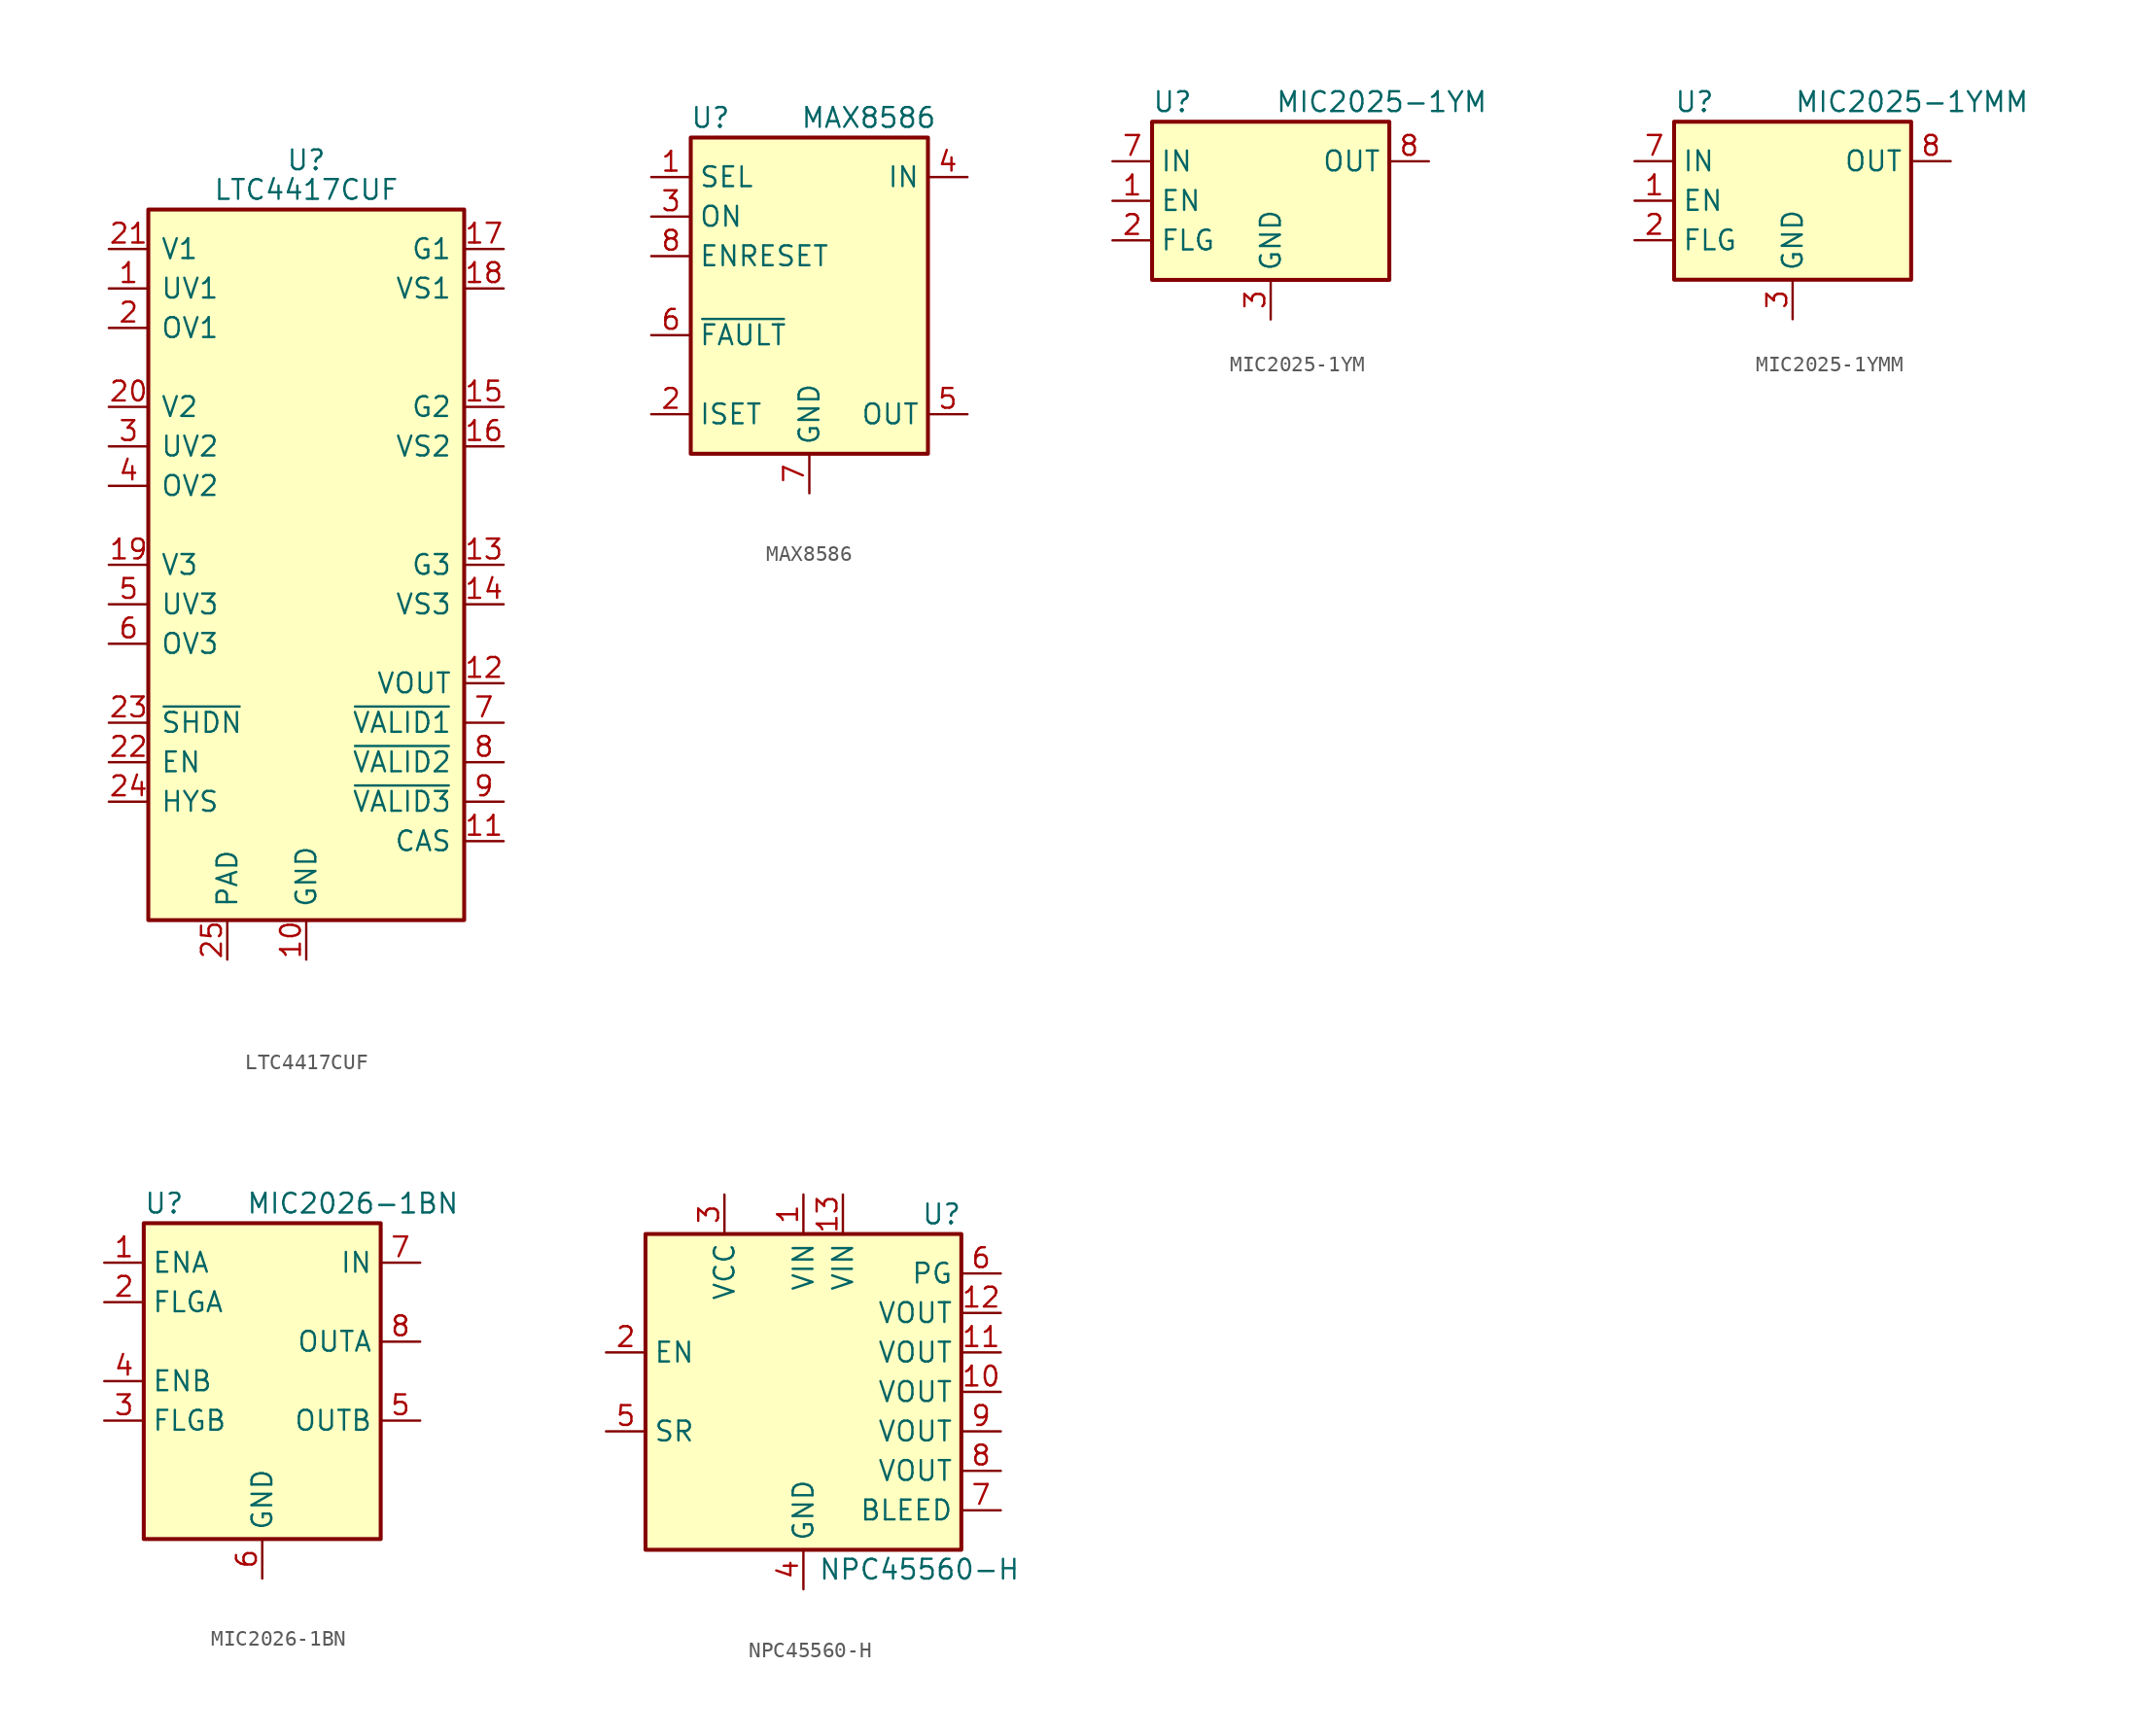
<source format=kicad_sym>
(kicad_symbol_lib
  (version 20201005)
  (generator kicad_symbol_editor)
  (symbol "Power_Management:LTC4417CUF"
    (pin_names
      (offset 0.762))
    (property "Reference" "U"
      (at 0 26.035 0)
      (effects (font (size 1.27 1.27))))
    (property "Value" "LTC4417CUF"
      (at 0 24.13 0)
      (effects (font (size 1.27 1.27))))
    (symbol "LTC4417CUF_0_1"
      (rectangle (start -10.16 22.86) (end 10.16 -22.86) (stroke (width 0.254)) (fill (type background))))
    (symbol "LTC4417CUF_1_1"
      (pin input line (at -12.7 17.78 0) (length 2.54) (name "UV1" (effects (font (size 1.27 1.27)))) (number "1" (effects (font (size 1.27 1.27)))))
      (pin power_in line (at 0 -25.4 90) (length 2.54) (name "GND" (effects (font (size 1.27 1.27)))) (number "10" (effects (font (size 1.27 1.27)))))
      (pin output line (at 12.7 -17.78 180) (length 2.54) (name "CAS" (effects (font (size 1.27 1.27)))) (number "11" (effects (font (size 1.27 1.27)))))
      (pin output line (at 12.7 -7.62 180) (length 2.54) (name "VOUT" (effects (font (size 1.27 1.27)))) (number "12" (effects (font (size 1.27 1.27)))))
      (pin output line (at 12.7 0 180) (length 2.54) (name "G3" (effects (font (size 1.27 1.27)))) (number "13" (effects (font (size 1.27 1.27)))))
      (pin output line (at 12.7 -2.54 180) (length 2.54) (name "VS3" (effects (font (size 1.27 1.27)))) (number "14" (effects (font (size 1.27 1.27)))))
      (pin output line (at 12.7 10.16 180) (length 2.54) (name "G2" (effects (font (size 1.27 1.27)))) (number "15" (effects (font (size 1.27 1.27)))))
      (pin output line (at 12.7 7.62 180) (length 2.54) (name "VS2" (effects (font (size 1.27 1.27)))) (number "16" (effects (font (size 1.27 1.27)))))
      (pin output line (at 12.7 20.32 180) (length 2.54) (name "G1" (effects (font (size 1.27 1.27)))) (number "17" (effects (font (size 1.27 1.27)))))
      (pin output line (at 12.7 17.78 180) (length 2.54) (name "VS1" (effects (font (size 1.27 1.27)))) (number "18" (effects (font (size 1.27 1.27)))))
      (pin input line (at -12.7 0 0) (length 2.54) (name "V3" (effects (font (size 1.27 1.27)))) (number "19" (effects (font (size 1.27 1.27)))))
      (pin input line (at -12.7 15.24 0) (length 2.54) (name "OV1" (effects (font (size 1.27 1.27)))) (number "2" (effects (font (size 1.27 1.27)))))
      (pin input line (at -12.7 10.16 0) (length 2.54) (name "V2" (effects (font (size 1.27 1.27)))) (number "20" (effects (font (size 1.27 1.27)))))
      (pin input line (at -12.7 20.32 0) (length 2.54) (name "V1" (effects (font (size 1.27 1.27)))) (number "21" (effects (font (size 1.27 1.27)))))
      (pin input line (at -12.7 -12.7 0) (length 2.54) (name "EN" (effects (font (size 1.27 1.27)))) (number "22" (effects (font (size 1.27 1.27)))))
      (pin input line (at -12.7 -10.16 0) (length 2.54) (name "~SHDN" (effects (font (size 1.27 1.27)))) (number "23" (effects (font (size 1.27 1.27)))))
      (pin input line (at -12.7 -15.24 0) (length 2.54) (name "HYS" (effects (font (size 1.27 1.27)))) (number "24" (effects (font (size 1.27 1.27)))))
      (pin power_in line (at -5.08 -25.4 90) (length 2.54) (name "PAD" (effects (font (size 1.27 1.27)))) (number "25" (effects (font (size 1.27 1.27)))))
      (pin input line (at -12.7 7.62 0) (length 2.54) (name "UV2" (effects (font (size 1.27 1.27)))) (number "3" (effects (font (size 1.27 1.27)))))
      (pin input line (at -12.7 5.08 0) (length 2.54) (name "OV2" (effects (font (size 1.27 1.27)))) (number "4" (effects (font (size 1.27 1.27)))))
      (pin input line (at -12.7 -2.54 0) (length 2.54) (name "UV3" (effects (font (size 1.27 1.27)))) (number "5" (effects (font (size 1.27 1.27)))))
      (pin input line (at -12.7 -5.08 0) (length 2.54) (name "OV3" (effects (font (size 1.27 1.27)))) (number "6" (effects (font (size 1.27 1.27)))))
      (pin open_collector line (at 12.7 -10.16 180) (length 2.54) (name "~VALID1" (effects (font (size 1.27 1.27)))) (number "7" (effects (font (size 1.27 1.27)))))
      (pin open_collector line (at 12.7 -12.7 180) (length 2.54) (name "~VALID2" (effects (font (size 1.27 1.27)))) (number "8" (effects (font (size 1.27 1.27)))))
      (pin open_collector line (at 12.7 -15.24 180) (length 2.54) (name "~VALID3" (effects (font (size 1.27 1.27)))) (number "9" (effects (font (size 1.27 1.27)))))))
  (symbol "Power_Management:MAX8586"
    (property "Reference" "U"
      (at -6.35 11.43 0)
      (effects (font (size 1.27 1.27))))
    (property "Value" "MAX8586"
      (at 3.81 11.43 0)
      (effects (font (size 1.27 1.27))))
    (symbol "MAX8586_0_1"
      (rectangle (start -7.62 10.16) (end 7.62 -10.16) (stroke (width 0.254)) (fill (type background))))
    (symbol "MAX8586_1_1"
      (pin input line (at -10.16 7.62 0) (length 2.54) (name "SEL" (effects (font (size 1.27 1.27)))) (number "1" (effects (font (size 1.27 1.27)))))
      (pin input line (at -10.16 -7.62 0) (length 2.54) (name "ISET" (effects (font (size 1.27 1.27)))) (number "2" (effects (font (size 1.27 1.27)))))
      (pin input line (at -10.16 5.08 0) (length 2.54) (name "ON" (effects (font (size 1.27 1.27)))) (number "3" (effects (font (size 1.27 1.27)))))
      (pin power_in line (at 10.16 7.62 180) (length 2.54) (name "IN" (effects (font (size 1.27 1.27)))) (number "4" (effects (font (size 1.27 1.27)))))
      (pin power_out line (at 10.16 -7.62 180) (length 2.54) (name "OUT" (effects (font (size 1.27 1.27)))) (number "5" (effects (font (size 1.27 1.27)))))
      (pin open_collector line (at -10.16 -2.54 0) (length 2.54) (name "~FAULT" (effects (font (size 1.27 1.27)))) (number "6" (effects (font (size 1.27 1.27)))))
      (pin power_in line (at 0 -12.7 90) (length 2.54) (name "GND" (effects (font (size 1.27 1.27)))) (number "7" (effects (font (size 1.27 1.27)))))
      (pin input line (at -10.16 2.54 0) (length 2.54) (name "ENRESET" (effects (font (size 1.27 1.27)))) (number "8" (effects (font (size 1.27 1.27)))))
      (pin passive line (at 0 -12.7 90) (length 2.54) hide (name "GND" (effects (font (size 1.27 1.27)))) (number "9" (effects (font (size 1.27 1.27)))))))
  (symbol "Power_Management:MIC2025-1YM"
    (property "Reference" "U"
      (at -7.62 6.35 0)
      (effects (font (size 1.27 1.27)) (justify left)))
    (property "Value" "MIC2025-1YM"
      (at 13.97 6.35 0)
      (effects (font (size 1.27 1.27)) (justify right)))
    (symbol "MIC2025-1YM_0_1"
      (rectangle (start -7.62 5.08) (end 7.62 -5.08) (stroke (width 0.254)) (fill (type background))))
    (symbol "MIC2025-1YM_1_1"
      (pin input line (at -10.16 0 0) (length 2.54) (name "EN" (effects (font (size 1.27 1.27)))) (number "1" (effects (font (size 1.27 1.27)))))
      (pin open_collector line (at -10.16 -2.54 0) (length 2.54) (name "FLG" (effects (font (size 1.27 1.27)))) (number "2" (effects (font (size 1.27 1.27)))))
      (pin power_in line (at 0 -7.62 90) (length 2.54) (name "GND" (effects (font (size 1.27 1.27)))) (number "3" (effects (font (size 1.27 1.27)))))
      (pin no_connect line (at 7.62 0 180) (length 2.54) hide (name "NC" (effects (font (size 1.27 1.27)))) (number "4" (effects (font (size 1.27 1.27)))))
      (pin no_connect line (at 7.62 -2.54 180) (length 2.54) hide (name "NC" (effects (font (size 1.27 1.27)))) (number "5" (effects (font (size 1.27 1.27)))))
      (pin passive line (at 10.16 2.54 180) (length 2.54) hide (name "OUT" (effects (font (size 1.27 1.27)))) (number "6" (effects (font (size 1.27 1.27)))))
      (pin power_in line (at -10.16 2.54 0) (length 2.54) (name "IN" (effects (font (size 1.27 1.27)))) (number "7" (effects (font (size 1.27 1.27)))))
      (pin power_out line (at 10.16 2.54 180) (length 2.54) (name "OUT" (effects (font (size 1.27 1.27)))) (number "8" (effects (font (size 1.27 1.27)))))))
  (symbol "Power_Management:MIC2025-1YMM"
    (property "Reference" "U"
      (at -7.62 6.35 0)
      (effects (font (size 1.27 1.27)) (justify left)))
    (property "Value" "MIC2025-1YMM"
      (at 15.24 6.35 0)
      (effects (font (size 1.27 1.27)) (justify right)))
    (symbol "MIC2025-1YMM_0_1"
      (rectangle (start -7.62 5.08) (end 7.62 -5.08) (stroke (width 0.254)) (fill (type background))))
    (symbol "MIC2025-1YMM_1_1"
      (pin input line (at -10.16 0 0) (length 2.54) (name "EN" (effects (font (size 1.27 1.27)))) (number "1" (effects (font (size 1.27 1.27)))))
      (pin open_collector line (at -10.16 -2.54 0) (length 2.54) (name "FLG" (effects (font (size 1.27 1.27)))) (number "2" (effects (font (size 1.27 1.27)))))
      (pin power_in line (at 0 -7.62 90) (length 2.54) (name "GND" (effects (font (size 1.27 1.27)))) (number "3" (effects (font (size 1.27 1.27)))))
      (pin no_connect line (at 7.62 0 180) (length 2.54) hide (name "NC" (effects (font (size 1.27 1.27)))) (number "4" (effects (font (size 1.27 1.27)))))
      (pin no_connect line (at 7.62 -2.54 180) (length 2.54) hide (name "NC" (effects (font (size 1.27 1.27)))) (number "5" (effects (font (size 1.27 1.27)))))
      (pin passive line (at 10.16 2.54 180) (length 2.54) hide (name "OUT" (effects (font (size 1.27 1.27)))) (number "6" (effects (font (size 1.27 1.27)))))
      (pin power_in line (at -10.16 2.54 0) (length 2.54) (name "IN" (effects (font (size 1.27 1.27)))) (number "7" (effects (font (size 1.27 1.27)))))
      (pin power_out line (at 10.16 2.54 180) (length 2.54) (name "OUT" (effects (font (size 1.27 1.27)))) (number "8" (effects (font (size 1.27 1.27)))))))
  (symbol "Power_Management:MIC2026-1BN"
    (property "Reference" "U"
      (at -7.62 11.43 0)
      (effects (font (size 1.27 1.27)) (justify left)))
    (property "Value" "MIC2026-1BN"
      (at 12.7 11.43 0)
      (effects (font (size 1.27 1.27)) (justify right)))
    (symbol "MIC2026-1BN_0_1"
      (rectangle (start -7.62 -10.16) (end 7.62 10.16) (stroke (width 0.254)) (fill (type background))))
    (symbol "MIC2026-1BN_1_1"
      (pin input line (at -10.16 7.62 0) (length 2.54) (name "ENA" (effects (font (size 1.27 1.27)))) (number "1" (effects (font (size 1.27 1.27)))))
      (pin output line (at -10.16 5.08 0) (length 2.54) (name "FLGA" (effects (font (size 1.27 1.27)))) (number "2" (effects (font (size 1.27 1.27)))))
      (pin output line (at -10.16 -2.54 0) (length 2.54) (name "FLGB" (effects (font (size 1.27 1.27)))) (number "3" (effects (font (size 1.27 1.27)))))
      (pin input line (at -10.16 0 0) (length 2.54) (name "ENB" (effects (font (size 1.27 1.27)))) (number "4" (effects (font (size 1.27 1.27)))))
      (pin power_out line (at 10.16 -2.54 180) (length 2.54) (name "OUTB" (effects (font (size 1.27 1.27)))) (number "5" (effects (font (size 1.27 1.27)))))
      (pin power_in line (at 0 -12.7 90) (length 2.54) (name "GND" (effects (font (size 1.27 1.27)))) (number "6" (effects (font (size 1.27 1.27)))))
      (pin power_in line (at 10.16 7.62 180) (length 2.54) (name "IN" (effects (font (size 1.27 1.27)))) (number "7" (effects (font (size 1.27 1.27)))))
      (pin power_out line (at 10.16 2.54 180) (length 2.54) (name "OUTA" (effects (font (size 1.27 1.27)))) (number "8" (effects (font (size 1.27 1.27)))))))
  (symbol "Power_Management:NPC45560-H"
    (property "Reference" "U"
      (at 8.89 11.43 0)
      (effects (font (size 1.27 1.27))))
    (property "Value" "NPC45560-H"
      (at 13.97 -11.43 0)
      (effects (font (size 1.27 1.27)) (justify right)))
    (symbol "NPC45560-H_0_1"
      (rectangle (start -10.16 10.16) (end 10.16 -10.16) (stroke (width 0.254)) (fill (type background))))
    (symbol "NPC45560-H_1_1"
      (pin power_in line (at 0 12.7 270) (length 2.54) (name "VIN" (effects (font (size 1.27 1.27)))) (number "1" (effects (font (size 1.27 1.27)))))
      (pin passive line (at 12.7 0 180) (length 2.54) (name "VOUT" (effects (font (size 1.27 1.27)))) (number "10" (effects (font (size 1.27 1.27)))))
      (pin passive line (at 12.7 2.54 180) (length 2.54) (name "VOUT" (effects (font (size 1.27 1.27)))) (number "11" (effects (font (size 1.27 1.27)))))
      (pin power_out line (at 12.7 5.08 180) (length 2.54) (name "VOUT" (effects (font (size 1.27 1.27)))) (number "12" (effects (font (size 1.27 1.27)))))
      (pin power_in line (at 2.54 12.7 270) (length 2.54) (name "VIN" (effects (font (size 1.27 1.27)))) (number "13" (effects (font (size 1.27 1.27)))))
      (pin input line (at -12.7 2.54 0) (length 2.54) (name "EN" (effects (font (size 1.27 1.27)))) (number "2" (effects (font (size 1.27 1.27)))))
      (pin power_in line (at -5.08 12.7 270) (length 2.54) (name "VCC" (effects (font (size 1.27 1.27)))) (number "3" (effects (font (size 1.27 1.27)))))
      (pin power_in line (at 0 -12.7 90) (length 2.54) (name "GND" (effects (font (size 1.27 1.27)))) (number "4" (effects (font (size 1.27 1.27)))))
      (pin input line (at -12.7 -2.54 0) (length 2.54) (name "SR" (effects (font (size 1.27 1.27)))) (number "5" (effects (font (size 1.27 1.27)))))
      (pin open_collector line (at 12.7 7.62 180) (length 2.54) (name "PG" (effects (font (size 1.27 1.27)))) (number "6" (effects (font (size 1.27 1.27)))))
      (pin input line (at 12.7 -7.62 180) (length 2.54) (name "BLEED" (effects (font (size 1.27 1.27)))) (number "7" (effects (font (size 1.27 1.27)))))
      (pin passive line (at 12.7 -5.08 180) (length 2.54) (name "VOUT" (effects (font (size 1.27 1.27)))) (number "8" (effects (font (size 1.27 1.27)))))
      (pin passive line (at 12.7 -2.54 180) (length 2.54) (name "VOUT" (effects (font (size 1.27 1.27)))) (number "9" (effects (font (size 1.27 1.27))))))))
</source>
